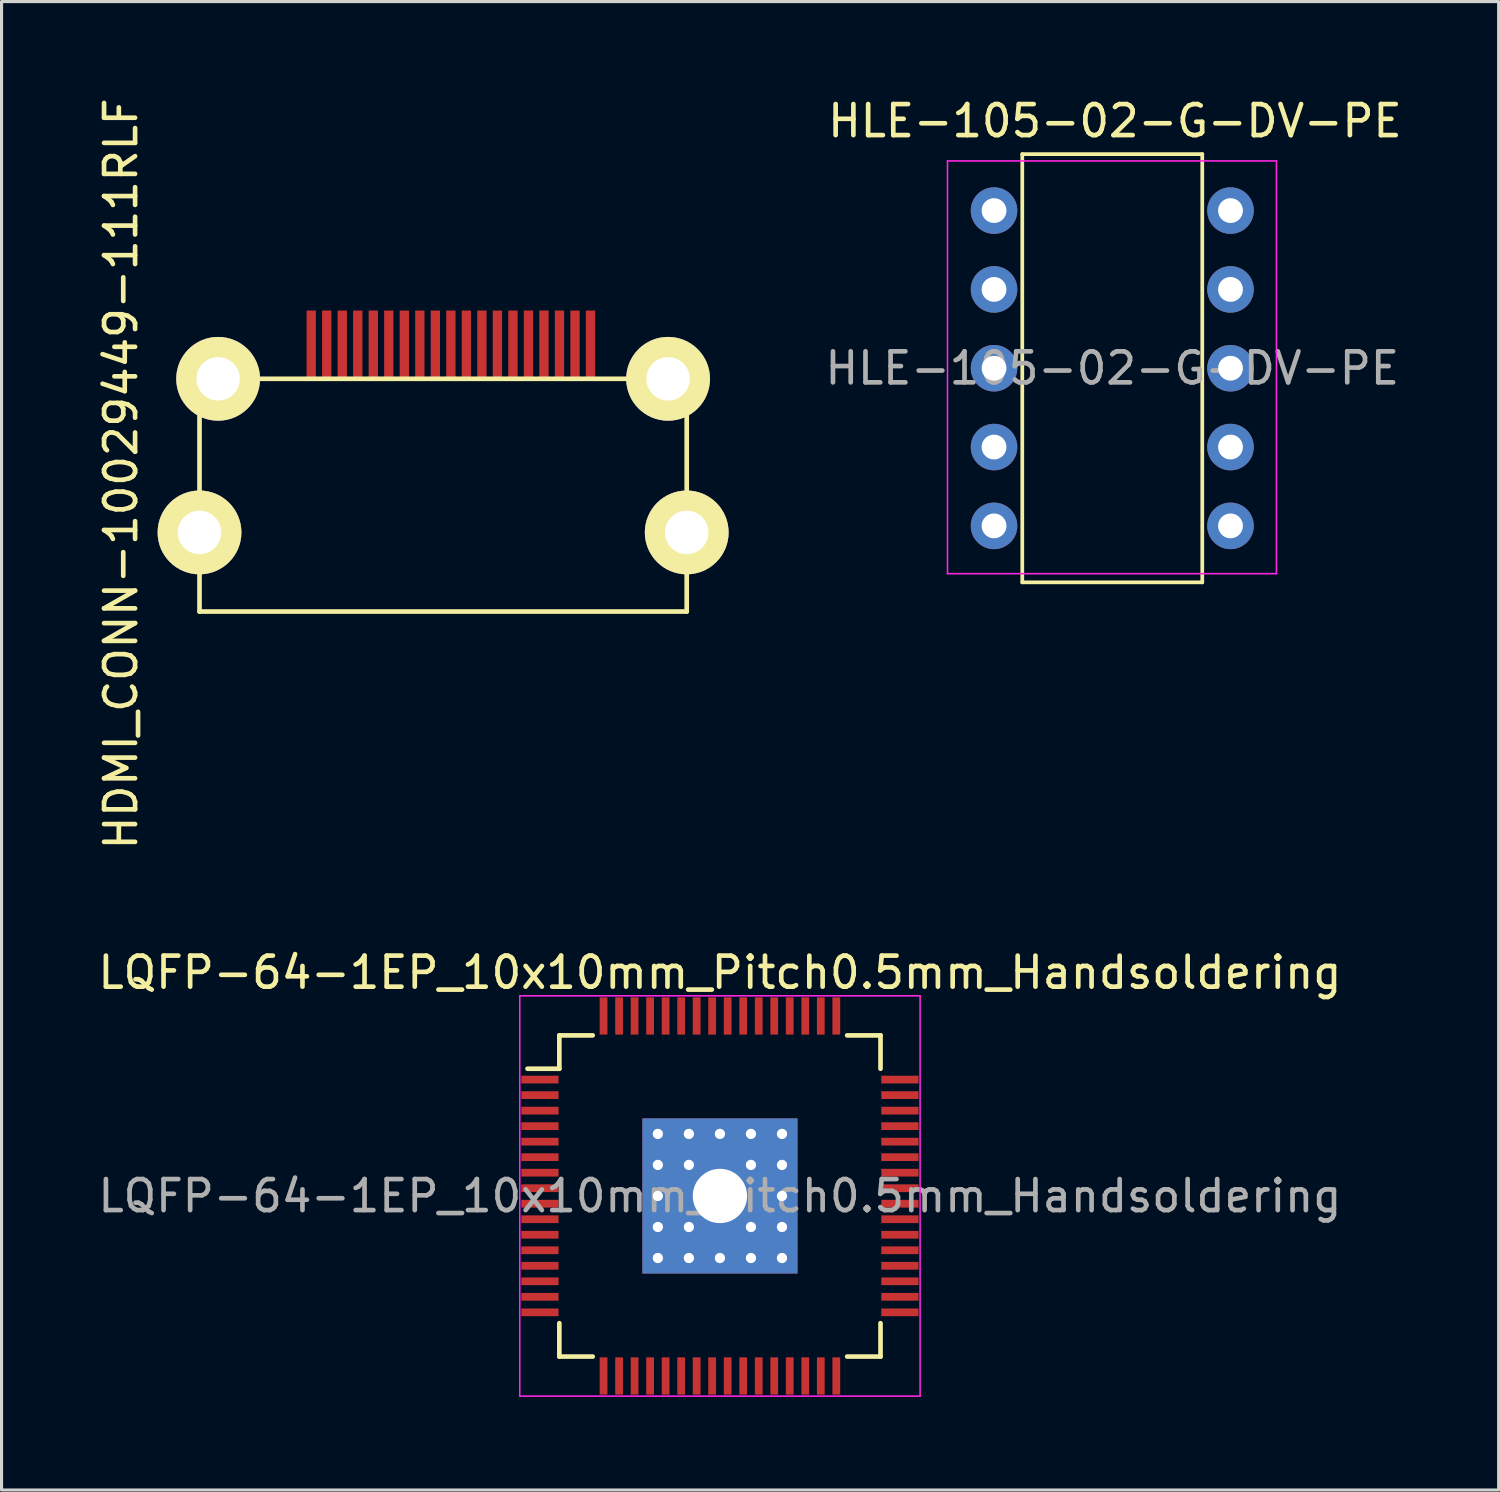
<source format=kicad_pcb>
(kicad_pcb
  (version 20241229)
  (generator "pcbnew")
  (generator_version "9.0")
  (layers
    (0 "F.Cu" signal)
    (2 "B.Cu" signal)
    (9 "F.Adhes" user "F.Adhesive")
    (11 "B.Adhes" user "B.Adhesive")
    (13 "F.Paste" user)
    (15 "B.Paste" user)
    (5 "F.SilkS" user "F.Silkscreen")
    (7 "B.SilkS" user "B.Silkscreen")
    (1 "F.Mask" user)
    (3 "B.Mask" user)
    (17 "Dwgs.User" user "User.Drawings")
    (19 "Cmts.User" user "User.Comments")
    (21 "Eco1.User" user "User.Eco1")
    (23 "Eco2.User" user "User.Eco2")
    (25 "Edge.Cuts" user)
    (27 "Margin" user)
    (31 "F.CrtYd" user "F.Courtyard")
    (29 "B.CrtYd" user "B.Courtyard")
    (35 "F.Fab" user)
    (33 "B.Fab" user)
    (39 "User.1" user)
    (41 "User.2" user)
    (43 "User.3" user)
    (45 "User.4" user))
  (footprint "LQFP-64-1EP_10x10mm_Pitch0.5mm_Handsoldering"
    (layer "F.Cu")
    (at 20.149 35.489)
    (property "Reference" "LQFP-64-1EP_10x10mm_Pitch0.5mm_Handsoldering" (at 0 -7.2 0) (layer "F.SilkS") (effects (font (size 1 1) (thickness 0.15))))
    (attr smd)
    (fp_line (start -5.175 -5.175) (end -5.175 -4.1) (stroke (width 0.15) (type solid)) (layer "F.SilkS"))
    (fp_line (start -5.175 -5.175) (end -4.1 -5.175) (stroke (width 0.15) (type solid)) (layer "F.SilkS"))
    (fp_line (start -5.175 -4.1) (end -6.2 -4.1) (stroke (width 0.15) (type solid)) (layer "F.SilkS"))
    (fp_line (start -5.175 5.175) (end -5.175 4.1) (stroke (width 0.15) (type solid)) (layer "F.SilkS"))
    (fp_line (start -5.175 5.175) (end -4.1 5.175) (stroke (width 0.15) (type solid)) (layer "F.SilkS"))
    (fp_line (start 5.175 -5.175) (end 4.1 -5.175) (stroke (width 0.15) (type solid)) (layer "F.SilkS"))
    (fp_line (start 5.175 -5.175) (end 5.175 -4.1) (stroke (width 0.15) (type solid)) (layer "F.SilkS"))
    (fp_line (start 5.175 5.175) (end 4.1 5.175) (stroke (width 0.15) (type solid)) (layer "F.SilkS"))
    (fp_line (start 5.175 5.175) (end 5.175 4.1) (stroke (width 0.15) (type solid)) (layer "F.SilkS"))
    (fp_line (start -6.45 -6.45) (end -6.45 6.45) (stroke (width 0.05) (type solid)) (layer "F.CrtYd"))
    (fp_line (start -6.45 -6.45) (end 6.45 -6.45) (stroke (width 0.05) (type solid)) (layer "F.CrtYd"))
    (fp_line (start -6.45 6.45) (end 6.45 6.45) (stroke (width 0.05) (type solid)) (layer "F.CrtYd"))
    (fp_line (start 6.45 -6.45) (end 6.45 6.45) (stroke (width 0.05) (type solid)) (layer "F.CrtYd"))
    (fp_text user "${REFERENCE}" (at 0 0 0) (layer "F.Fab") (effects (font (size 1 1) (thickness 0.15))))
    (pad "1" smd rect (at -5.8 -3.75) (size 1.2 0.25) (layers "F.Cu" "F.Mask" "F.Paste"))
    (pad "2" smd rect (at -5.8 -3.25) (size 1.2 0.25) (layers "F.Cu" "F.Mask" "F.Paste"))
    (pad "3" smd rect (at -5.8 -2.75) (size 1.2 0.25) (layers "F.Cu" "F.Mask" "F.Paste"))
    (pad "4" smd rect (at -5.8 -2.25) (size 1.2 0.25) (layers "F.Cu" "F.Mask" "F.Paste"))
    (pad "5" smd rect (at -5.8 -1.75) (size 1.2 0.25) (layers "F.Cu" "F.Mask" "F.Paste"))
    (pad "6" smd rect (at -5.8 -1.25) (size 1.2 0.25) (layers "F.Cu" "F.Mask" "F.Paste"))
    (pad "7" smd rect (at -5.8 -0.75) (size 1.2 0.25) (layers "F.Cu" "F.Mask" "F.Paste"))
    (pad "8" smd rect (at -5.8 -0.25) (size 1.2 0.25) (layers "F.Cu" "F.Mask" "F.Paste"))
    (pad "9" smd rect (at -5.8 0.25) (size 1.2 0.25) (layers "F.Cu" "F.Mask" "F.Paste"))
    (pad "10" smd rect (at -5.8 0.75) (size 1.2 0.25) (layers "F.Cu" "F.Mask" "F.Paste"))
    (pad "11" smd rect (at -5.8 1.25) (size 1.2 0.25) (layers "F.Cu" "F.Mask" "F.Paste"))
    (pad "12" smd rect (at -5.8 1.75) (size 1.2 0.25) (layers "F.Cu" "F.Mask" "F.Paste"))
    (pad "13" smd rect (at -5.8 2.25) (size 1.2 0.25) (layers "F.Cu" "F.Mask" "F.Paste"))
    (pad "14" smd rect (at -5.8 2.75) (size 1.2 0.25) (layers "F.Cu" "F.Mask" "F.Paste"))
    (pad "15" smd rect (at -5.8 3.25) (size 1.2 0.25) (layers "F.Cu" "F.Mask" "F.Paste"))
    (pad "16" smd rect (at -5.8 3.75) (size 1.2 0.25) (layers "F.Cu" "F.Mask" "F.Paste"))
    (pad "17" smd rect (at -3.75 5.8 90) (size 1.2 0.25) (layers "F.Cu" "F.Mask" "F.Paste"))
    (pad "18" smd rect (at -3.25 5.8 90) (size 1.2 0.25) (layers "F.Cu" "F.Mask" "F.Paste"))
    (pad "19" smd rect (at -2.75 5.8 90) (size 1.2 0.25) (layers "F.Cu" "F.Mask" "F.Paste"))
    (pad "20" smd rect (at -2.25 5.8 90) (size 1.2 0.25) (layers "F.Cu" "F.Mask" "F.Paste"))
    (pad "21" smd rect (at -1.75 5.8 90) (size 1.2 0.25) (layers "F.Cu" "F.Mask" "F.Paste"))
    (pad "22" smd rect (at -1.25 5.8 90) (size 1.2 0.25) (layers "F.Cu" "F.Mask" "F.Paste"))
    (pad "23" smd rect (at -0.75 5.8 90) (size 1.2 0.25) (layers "F.Cu" "F.Mask" "F.Paste"))
    (pad "24" smd rect (at -0.25 5.8 90) (size 1.2 0.25) (layers "F.Cu" "F.Mask" "F.Paste"))
    (pad "25" smd rect (at 0.25 5.8 90) (size 1.2 0.25) (layers "F.Cu" "F.Mask" "F.Paste"))
    (pad "26" smd rect (at 0.75 5.8 90) (size 1.2 0.25) (layers "F.Cu" "F.Mask" "F.Paste"))
    (pad "27" smd rect (at 1.25 5.8 90) (size 1.2 0.25) (layers "F.Cu" "F.Mask" "F.Paste"))
    (pad "28" smd rect (at 1.75 5.8 90) (size 1.2 0.25) (layers "F.Cu" "F.Mask" "F.Paste"))
    (pad "29" smd rect (at 2.25 5.8 90) (size 1.2 0.25) (layers "F.Cu" "F.Mask" "F.Paste"))
    (pad "30" smd rect (at 2.75 5.8 90) (size 1.2 0.25) (layers "F.Cu" "F.Mask" "F.Paste"))
    (pad "31" smd rect (at 3.25 5.8 90) (size 1.2 0.25) (layers "F.Cu" "F.Mask" "F.Paste"))
    (pad "32" smd rect (at 3.75 5.8 90) (size 1.2 0.25) (layers "F.Cu" "F.Mask" "F.Paste"))
    (pad "33" smd rect (at 5.8 3.75) (size 1.2 0.25) (layers "F.Cu" "F.Mask" "F.Paste"))
    (pad "34" smd rect (at 5.8 3.25) (size 1.2 0.25) (layers "F.Cu" "F.Mask" "F.Paste"))
    (pad "35" smd rect (at 5.8 2.75) (size 1.2 0.25) (layers "F.Cu" "F.Mask" "F.Paste"))
    (pad "36" smd rect (at 5.8 2.25) (size 1.2 0.25) (layers "F.Cu" "F.Mask" "F.Paste"))
    (pad "37" smd rect (at 5.8 1.75) (size 1.2 0.25) (layers "F.Cu" "F.Mask" "F.Paste"))
    (pad "38" smd rect (at 5.8 1.25) (size 1.2 0.25) (layers "F.Cu" "F.Mask" "F.Paste"))
    (pad "39" smd rect (at 5.8 0.75) (size 1.2 0.25) (layers "F.Cu" "F.Mask" "F.Paste"))
    (pad "40" smd rect (at 5.8 0.25) (size 1.2 0.25) (layers "F.Cu" "F.Mask" "F.Paste"))
    (pad "41" smd rect (at 5.8 -0.25) (size 1.2 0.25) (layers "F.Cu" "F.Mask" "F.Paste"))
    (pad "42" smd rect (at 5.8 -0.75) (size 1.2 0.25) (layers "F.Cu" "F.Mask" "F.Paste"))
    (pad "43" smd rect (at 5.8 -1.25) (size 1.2 0.25) (layers "F.Cu" "F.Mask" "F.Paste"))
    (pad "44" smd rect (at 5.8 -1.75) (size 1.2 0.25) (layers "F.Cu" "F.Mask" "F.Paste"))
    (pad "45" smd rect (at 5.8 -2.25) (size 1.2 0.25) (layers "F.Cu" "F.Mask" "F.Paste"))
    (pad "46" smd rect (at 5.8 -2.75) (size 1.2 0.25) (layers "F.Cu" "F.Mask" "F.Paste"))
    (pad "47" smd rect (at 5.8 -3.25) (size 1.2 0.25) (layers "F.Cu" "F.Mask" "F.Paste"))
    (pad "48" smd rect (at 5.8 -3.75) (size 1.2 0.25) (layers "F.Cu" "F.Mask" "F.Paste"))
    (pad "49" smd rect (at 3.75 -5.8 90) (size 1.2 0.25) (layers "F.Cu" "F.Mask" "F.Paste"))
    (pad "50" smd rect (at 3.25 -5.8 90) (size 1.2 0.25) (layers "F.Cu" "F.Mask" "F.Paste"))
    (pad "51" smd rect (at 2.75 -5.8 90) (size 1.2 0.25) (layers "F.Cu" "F.Mask" "F.Paste"))
    (pad "52" smd rect (at 2.25 -5.8 90) (size 1.2 0.25) (layers "F.Cu" "F.Mask" "F.Paste"))
    (pad "53" smd rect (at 1.75 -5.8 90) (size 1.2 0.25) (layers "F.Cu" "F.Mask" "F.Paste"))
    (pad "54" smd rect (at 1.25 -5.8 90) (size 1.2 0.25) (layers "F.Cu" "F.Mask" "F.Paste"))
    (pad "55" smd rect (at 0.75 -5.8 90) (size 1.2 0.25) (layers "F.Cu" "F.Mask" "F.Paste"))
    (pad "56" smd rect (at 0.25 -5.8 90) (size 1.2 0.25) (layers "F.Cu" "F.Mask" "F.Paste"))
    (pad "57" smd rect (at -0.25 -5.8 90) (size 1.2 0.25) (layers "F.Cu" "F.Mask" "F.Paste"))
    (pad "58" smd rect (at -0.75 -5.8 90) (size 1.2 0.25) (layers "F.Cu" "F.Mask" "F.Paste"))
    (pad "59" smd rect (at -1.25 -5.8 90) (size 1.2 0.25) (layers "F.Cu" "F.Mask" "F.Paste"))
    (pad "60" smd rect (at -1.75 -5.8 90) (size 1.2 0.25) (layers "F.Cu" "F.Mask" "F.Paste"))
    (pad "61" smd rect (at -2.25 -5.8 90) (size 1.2 0.25) (layers "F.Cu" "F.Mask" "F.Paste"))
    (pad "62" smd rect (at -2.75 -5.8 90) (size 1.2 0.25) (layers "F.Cu" "F.Mask" "F.Paste"))
    (pad "63" smd rect (at -3.25 -5.8 90) (size 1.2 0.25) (layers "F.Cu" "F.Mask" "F.Paste"))
    (pad "64" smd rect (at -3.75 -5.8 90) (size 1.2 0.25) (layers "F.Cu" "F.Mask" "F.Paste"))
    (pad "65" thru_hole circle (at -2 -2) (size 0.7 0.7) (drill 0.33) (layers "*.Cu" "*.Mask"))
    (pad "65" thru_hole circle (at -2 -1) (size 0.7 0.7) (drill 0.33) (layers "*.Cu" "*.Mask"))
    (pad "65" thru_hole circle (at -2 0) (size 0.7 0.7) (drill 0.33) (layers "*.Cu" "*.Mask"))
    (pad "65" thru_hole circle (at -2 1) (size 0.7 0.7) (drill 0.33) (layers "*.Cu" "*.Mask"))
    (pad "65" thru_hole circle (at -2 2) (size 0.7 0.7) (drill 0.33) (layers "*.Cu" "*.Mask"))
    (pad "65" thru_hole circle (at -1 -2) (size 0.7 0.7) (drill 0.33) (layers "*.Cu" "*.Mask"))
    (pad "65" thru_hole circle (at -1 -1) (size 0.7 0.7) (drill 0.33) (layers "*.Cu" "*.Mask"))
    (pad "65" thru_hole circle (at -1 1) (size 0.7 0.7) (drill 0.33) (layers "*.Cu" "*.Mask"))
    (pad "65" thru_hole circle (at -1 2) (size 0.7 0.7) (drill 0.33) (layers "*.Cu" "*.Mask"))
    (pad "65" thru_hole circle (at 0 -2) (size 0.7 0.7) (drill 0.33) (layers "*.Cu" "*.Mask"))
    (pad "65" thru_hole circle (at 0 0) (size 2.25 2.25) (drill 1.75) (layers "*.Cu" "*.Mask"))
    (pad "65" smd rect (at 0 0) (size 5 5) (layers "F.Cu" "F.Mask" "F.Paste"))
    (pad "65" smd rect (at 0 0) (size 5 5) (layers "B.Cu" "B.Mask"))
    (pad "65" thru_hole circle (at 0 2) (size 0.7 0.7) (drill 0.33) (layers "*.Cu" "*.Mask"))
    (pad "65" thru_hole circle (at 1 -2) (size 0.7 0.7) (drill 0.33) (layers "*.Cu" "*.Mask"))
    (pad "65" thru_hole circle (at 1 -1) (size 0.7 0.7) (drill 0.33) (layers "*.Cu" "*.Mask"))
    (pad "65" thru_hole circle (at 1 1) (size 0.7 0.7) (drill 0.33) (layers "*.Cu" "*.Mask"))
    (pad "65" thru_hole circle (at 1 2) (size 0.7 0.7) (drill 0.33) (layers "*.Cu" "*.Mask"))
    (pad "65" thru_hole circle (at 2 -2) (size 0.7 0.7) (drill 0.33) (layers "*.Cu" "*.Mask"))
    (pad "65" thru_hole circle (at 2 -1) (size 0.7 0.7) (drill 0.33) (layers "*.Cu" "*.Mask"))
    (pad "65" thru_hole circle (at 2 0) (size 0.7 0.7) (drill 0.33) (layers "*.Cu" "*.Mask"))
    (pad "65" thru_hole circle (at 2 1) (size 0.7 0.7) (drill 0.33) (layers "*.Cu" "*.Mask"))
    (pad "65" thru_hole circle (at 2 2) (size 0.7 0.7) (drill 0.33) (layers "*.Cu" "*.Mask")))
  (footprint "HDMI_CONN-10029449-111RLF"
    (layer "F.Cu")
    (at 11.229 9.157)
    (property "Reference" "HDMI_CONN-10029449-111RLF" (at -10.381 3.063 90) (layer "F.SilkS") (effects (font (size 1 1) (thickness 0.15))))
    (attr through_hole)
    (fp_line (start -7.85 0) (end 7.85 0) (stroke (width 0.15) (type solid)) (layer "F.SilkS"))
    (fp_line (start -7.85 7.5) (end -7.85 0) (stroke (width 0.15) (type solid)) (layer "F.SilkS"))
    (fp_line (start 7.85 0) (end 7.85 7.5) (stroke (width 0.15) (type solid)) (layer "F.SilkS"))
    (fp_line (start 7.85 7.5) (end -7.85 7.5) (stroke (width 0.15) (type solid)) (layer "F.SilkS"))
    (pad "1" smd rect (at 4.75 -1.1) (size 0.3 2.2) (layers "F.Cu" "F.Mask" "F.Paste"))
    (pad "2" smd rect (at 4.25 -1.1) (size 0.3 2.2) (layers "F.Cu" "F.Mask" "F.Paste"))
    (pad "3" smd rect (at 3.75 -1.1) (size 0.3 2.2) (layers "F.Cu" "F.Mask" "F.Paste"))
    (pad "4" smd rect (at 3.25 -1.1) (size 0.3 2.2) (layers "F.Cu" "F.Mask" "F.Paste"))
    (pad "5" smd rect (at 2.75 -1.1) (size 0.3 2.2) (layers "F.Cu" "F.Mask" "F.Paste"))
    (pad "6" smd rect (at 2.25 -1.1) (size 0.3 2.2) (layers "F.Cu" "F.Mask" "F.Paste"))
    (pad "7" smd rect (at 1.75 -1.1) (size 0.3 2.2) (layers "F.Cu" "F.Mask" "F.Paste"))
    (pad "8" smd rect (at 1.25 -1.1) (size 0.3 2.2) (layers "F.Cu" "F.Mask" "F.Paste"))
    (pad "9" smd rect (at 0.75 -1.1) (size 0.3 2.2) (layers "F.Cu" "F.Mask" "F.Paste"))
    (pad "10" smd rect (at 0.25 -1.1) (size 0.3 2.2) (layers "F.Cu" "F.Mask" "F.Paste"))
    (pad "11" smd rect (at -0.25 -1.1) (size 0.3 2.2) (layers "F.Cu" "F.Mask" "F.Paste"))
    (pad "12" smd rect (at -0.75 -1.1) (size 0.3 2.2) (layers "F.Cu" "F.Mask" "F.Paste"))
    (pad "13" smd rect (at -1.25 -1.1) (size 0.3 2.2) (layers "F.Cu" "F.Mask" "F.Paste"))
    (pad "14" smd rect (at -1.75 -1.1) (size 0.3 2.2) (layers "F.Cu" "F.Mask" "F.Paste"))
    (pad "15" smd rect (at -2.25 -1.1) (size 0.3 2.2) (layers "F.Cu" "F.Mask" "F.Paste"))
    (pad "16" smd rect (at -2.75 -1.1) (size 0.3 2.2) (layers "F.Cu" "F.Mask" "F.Paste"))
    (pad "17" thru_hole circle (at -7.85 4.95) (size 2.7 2.7) (drill 1.4) (layers "*.Cu" "*.Mask" "F.SilkS"))
    (pad "17" thru_hole circle (at -7.25 0) (size 2.7 2.7) (drill 1.4) (layers "*.Cu" "*.Mask" "F.SilkS"))
    (pad "17" smd rect (at -3.25 -1.1) (size 0.3 2.2) (layers "F.Cu" "F.Mask" "F.Paste"))
    (pad "17" thru_hole circle (at 7.25 0) (size 2.7 2.7) (drill 1.4) (layers "*.Cu" "*.Mask" "F.SilkS"))
    (pad "17" thru_hole circle (at 7.85 4.95) (size 2.7 2.7) (drill 1.4) (layers "*.Cu" "*.Mask" "F.SilkS"))
    (pad "18" smd rect (at -3.75 -1.1) (size 0.3 2.2) (layers "F.Cu" "F.Mask" "F.Paste"))
    (pad "19" smd rect (at -4.25 -1.1) (size 0.3 2.2) (layers "F.Cu" "F.Mask" "F.Paste")))
  (footprint "HLE-105-02-G-DV-PE"
    (layer "F.Cu")
    (at 28.982 3.736)
    (property "Reference" "HLE-105-02-G-DV-PE" (at 3.896 -2.888 0) (layer "F.SilkS") (effects (font (size 1 1) (thickness 0.15))))
    (attr through_hole)
    (fp_line (start 0.91 -1.82) (end 0.91 11.98) (stroke (width 0.12) (type solid)) (layer "F.SilkS"))
    (fp_line (start 0.91 11.98) (end 6.71 11.98) (stroke (width 0.12) (type solid)) (layer "F.SilkS"))
    (fp_line (start 6.71 -1.82) (end 0.91 -1.82) (stroke (width 0.12) (type solid)) (layer "F.SilkS"))
    (fp_line (start 6.71 11.98) (end 6.71 -1.82) (stroke (width 0.12) (type solid)) (layer "F.SilkS"))
    (fp_line (start -1.5 -1.6) (end -1.5 11.7) (stroke (width 0.05) (type solid)) (layer "F.CrtYd"))
    (fp_line (start -1.5 11.7) (end 9.1 11.7) (stroke (width 0.05) (type solid)) (layer "F.CrtYd"))
    (fp_line (start 9.1 -1.6) (end -1.5 -1.6) (stroke (width 0.05) (type solid)) (layer "F.CrtYd"))
    (fp_line (start 9.1 11.7) (end 9.1 -1.6) (stroke (width 0.05) (type solid)) (layer "F.CrtYd"))
    (fp_text user "${REFERENCE}" (at 3.81 5.08 0) (layer "F.Fab") (effects (font (size 1 1) (thickness 0.15))))
    (pad "1" thru_hole circle (at 0 0) (size 1.5 1.5) (drill 0.8) (layers "*.Cu" "*.Mask"))
    (pad "2" thru_hole circle (at 0 2.54) (size 1.5 1.5) (drill 0.8) (layers "*.Cu" "*.Mask"))
    (pad "3" thru_hole circle (at 0 5.08) (size 1.5 1.5) (drill 0.8) (layers "*.Cu" "*.Mask"))
    (pad "4" thru_hole circle (at 0 7.62) (size 1.5 1.5) (drill 0.8) (layers "*.Cu" "*.Mask"))
    (pad "5" thru_hole circle (at 0 10.16) (size 1.5 1.5) (drill 0.8) (layers "*.Cu" "*.Mask"))
    (pad "6" thru_hole circle (at 7.62 10.16) (size 1.5 1.5) (drill 0.8) (layers "*.Cu" "*.Mask"))
    (pad "7" thru_hole circle (at 7.62 7.62) (size 1.5 1.5) (drill 0.8) (layers "*.Cu" "*.Mask"))
    (pad "8" thru_hole circle (at 7.62 5.08) (size 1.5 1.5) (drill 0.8) (layers "*.Cu" "*.Mask"))
    (pad "9" thru_hole circle (at 7.62 2.54) (size 1.5 1.5) (drill 0.8) (layers "*.Cu" "*.Mask"))
    (pad "10" thru_hole circle (at 7.62 0) (size 1.5 1.5) (drill 0.8) (layers "*.Cu" "*.Mask")))
  (gr_rect
    (start -3 -3)
    (end 45.242 44.964)
    (stroke (width 0.1) (type default))
    (fill no)
    (layer "Edge.Cuts")))
</source>
